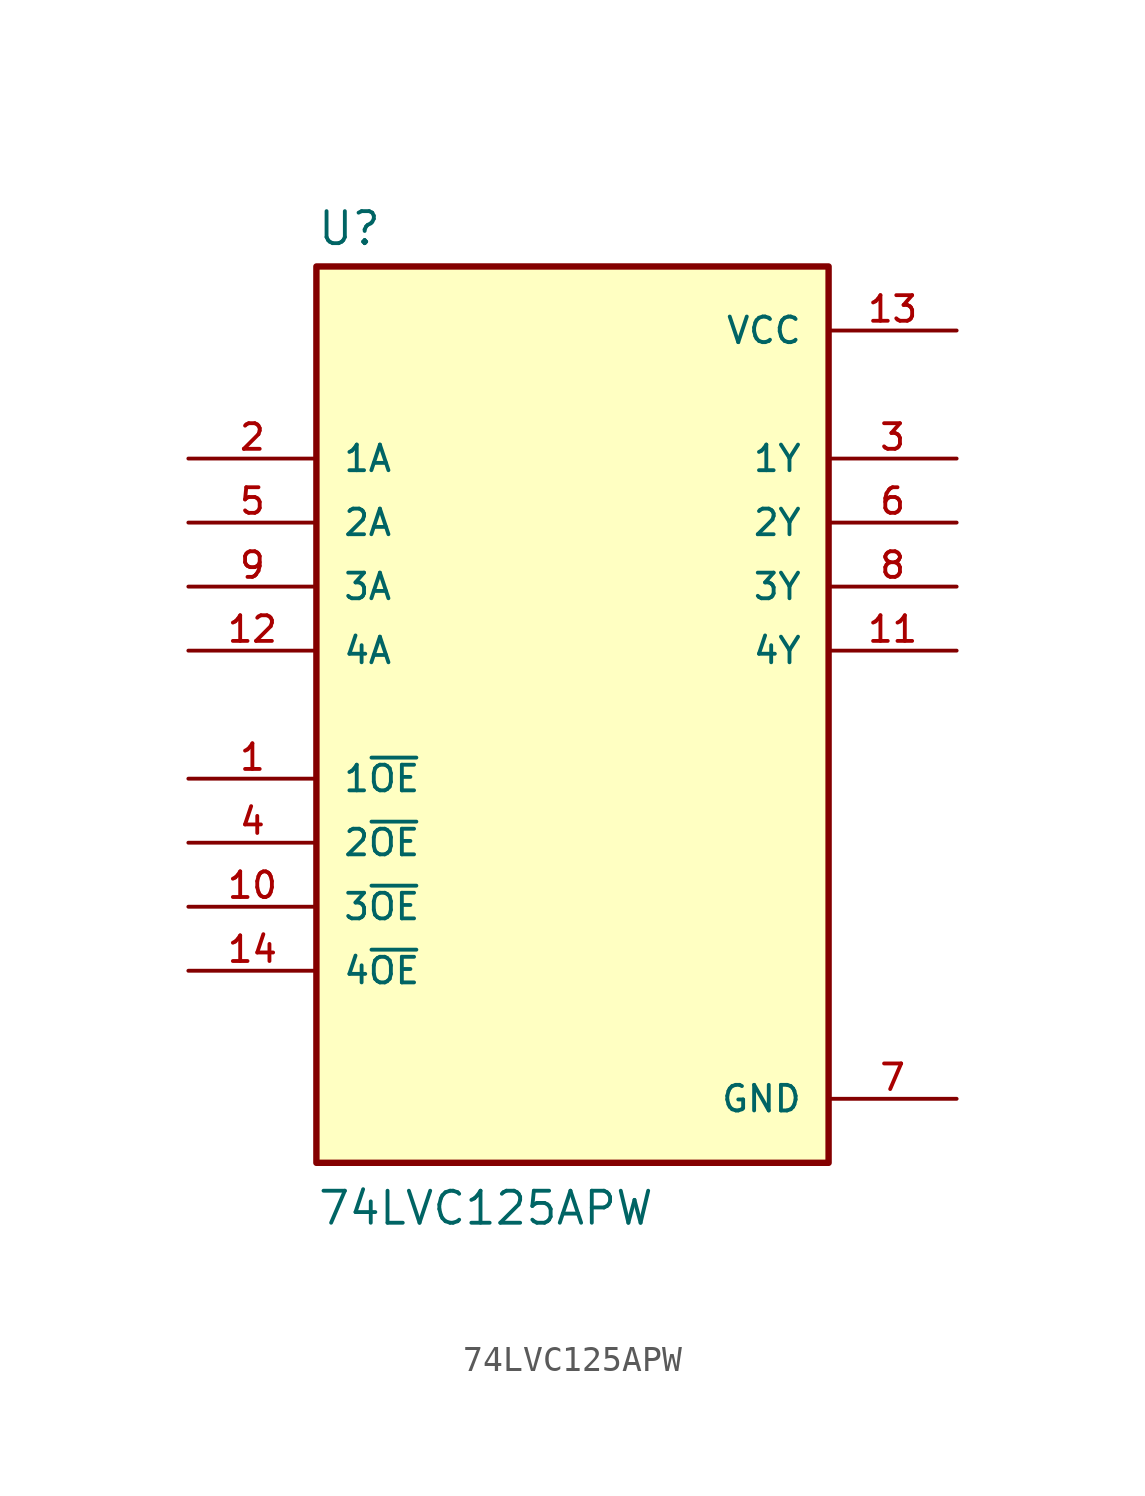
<source format=kicad_sym>
(kicad_symbol_lib
  (version 20211014)
  (generator kicad_symbol_editor)
  (symbol "74LVC125APW"
    (pin_names
      (offset 1.016))
    (property "Reference" "U"
      (at -10.16 18.542 0)
      (effects (font (size 1.27 1.27)) (justify bottom left)))
    (property "Value" "74LVC125APW"
      (at -10.16 -20.32 0)
      (effects (font (size 1.27 1.27)) (justify bottom left)))
    (symbol "74LVC125APW_0_0"
      (rectangle (start -10.16 -17.78) (end 10.16 17.78) (stroke (width 0.254)) (fill (type background)))
      (pin input line (at -15.24 -2.54 0) (length 5.08) (name "1~{OE}" (effects (font (size 1.016 1.016)))) (number "1" (effects (font (size 1.016 1.016)))))
      (pin input line (at -15.24 10.16 0) (length 5.08) (name "1A" (effects (font (size 1.016 1.016)))) (number "2" (effects (font (size 1.016 1.016)))))
      (pin output line (at 15.24 10.16 180.0) (length 5.08) (name "1Y" (effects (font (size 1.016 1.016)))) (number "3" (effects (font (size 1.016 1.016)))))
      (pin power_in line (at 15.24 15.24 180.0) (length 5.08) (name "VCC" (effects (font (size 1.016 1.016)))) (number "13" (effects (font (size 1.016 1.016)))))
      (pin power_in line (at 15.24 -15.24 180.0) (length 5.08) (name "GND" (effects (font (size 1.016 1.016)))) (number "7" (effects (font (size 1.016 1.016)))))
      (pin input line (at -15.24 -5.08 0) (length 5.08) (name "2~{OE}" (effects (font (size 1.016 1.016)))) (number "4" (effects (font (size 1.016 1.016)))))
      (pin input line (at -15.24 -7.62 0) (length 5.08) (name "3~{OE}" (effects (font (size 1.016 1.016)))) (number "10" (effects (font (size 1.016 1.016)))))
      (pin input line (at -15.24 -10.16 0) (length 5.08) (name "4~{OE}" (effects (font (size 1.016 1.016)))) (number "14" (effects (font (size 1.016 1.016)))))
      (pin input line (at -15.24 7.62 0) (length 5.08) (name "2A" (effects (font (size 1.016 1.016)))) (number "5" (effects (font (size 1.016 1.016)))))
      (pin input line (at -15.24 5.08 0) (length 5.08) (name "3A" (effects (font (size 1.016 1.016)))) (number "9" (effects (font (size 1.016 1.016)))))
      (pin input line (at -15.24 2.54 0) (length 5.08) (name "4A" (effects (font (size 1.016 1.016)))) (number "12" (effects (font (size 1.016 1.016)))))
      (pin output line (at 15.24 7.62 180.0) (length 5.08) (name "2Y" (effects (font (size 1.016 1.016)))) (number "6" (effects (font (size 1.016 1.016)))))
      (pin output line (at 15.24 5.08 180.0) (length 5.08) (name "3Y" (effects (font (size 1.016 1.016)))) (number "8" (effects (font (size 1.016 1.016)))))
      (pin output line (at 15.24 2.54 180.0) (length 5.08) (name "4Y" (effects (font (size 1.016 1.016)))) (number "11" (effects (font (size 1.016 1.016))))))))
</source>
